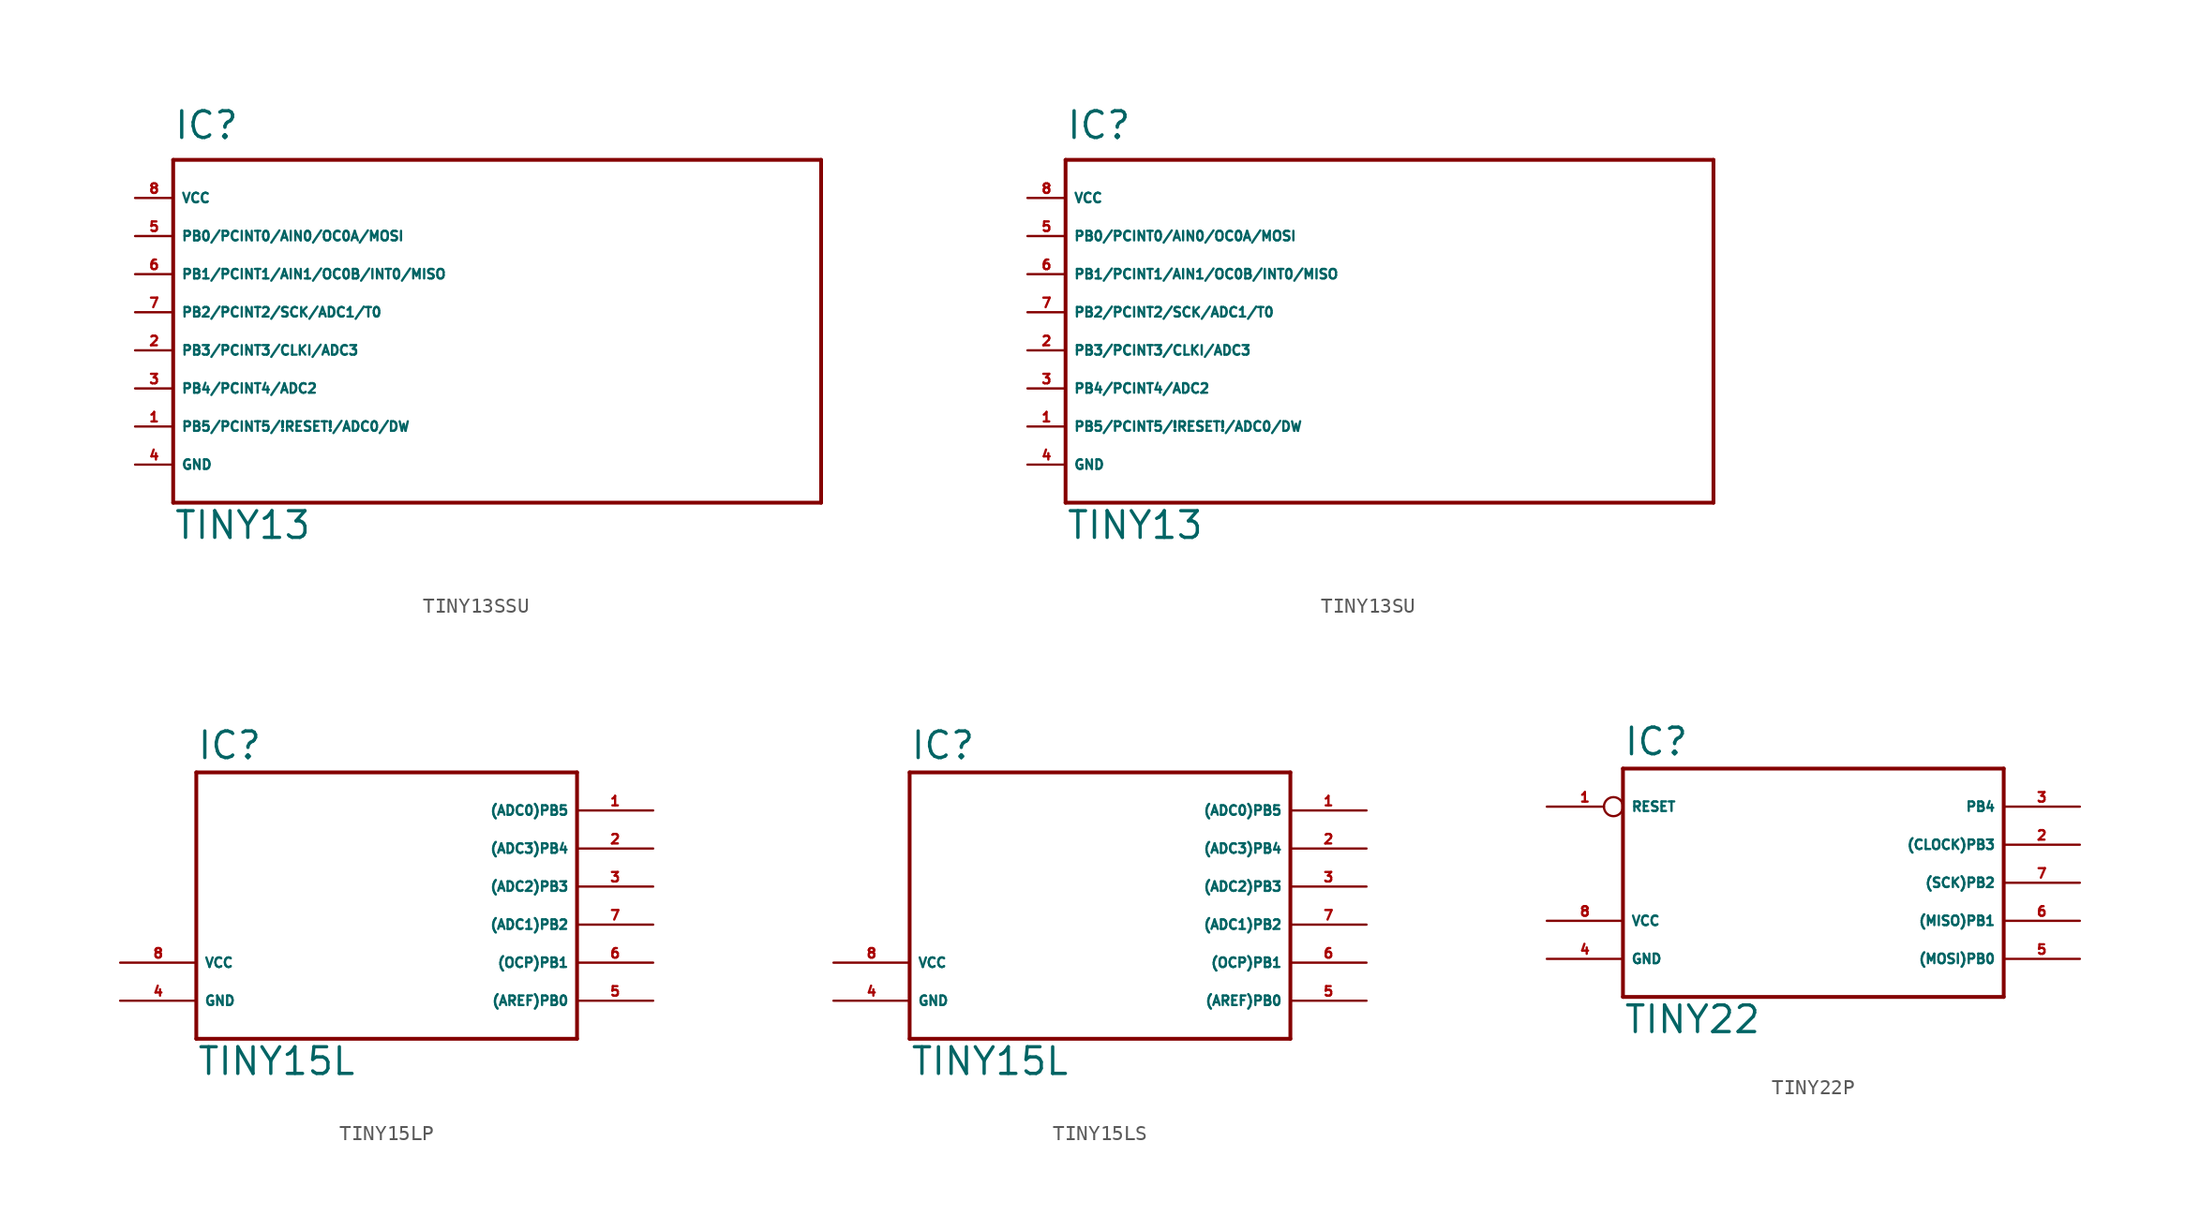
<source format=kicad_sym>
(kicad_symbol_lib
  (version 20220914)
  (generator Eagle2Kicad)
  (symbol "TINY13SSU"
    (property "Reference" "IC"
      (at -17.78 16.51 0)
      (effects (font (size 1.778 1.778) (thickness 0.22)) (justify left bottom)))
    (property "Value" "TINY13"
      (at -17.78 -10.16 0)
      (effects (font (size 1.778 1.778) (thickness 0.22)) (justify left bottom)))
    (polyline
      (pts (xy -17.78 15.24) (xy 25.4 15.24))
      (stroke (width 0.254) (type default))
      (fill (type none)))
    (polyline
      (pts (xy 25.4 15.24) (xy 25.4 -7.62))
      (stroke (width 0.254) (type default))
      (fill (type none)))
    (polyline
      (pts (xy 25.4 -7.62) (xy -17.78 -7.62))
      (stroke (width 0.254) (type default))
      (fill (type none)))
    (polyline
      (pts (xy -17.78 -7.62) (xy -17.78 15.24))
      (stroke (width 0.254) (type default))
      (fill (type none)))
    (pin bidirectional line
      (at -20.32 -2.54 0)
      (length 2.54)
      (name "PB5/PCINT5/!RESET!/ADC0/DW" (effects (font (size 0.635 0.635) (thickness 0.08)) (justify left bottom)))
      (number "1" (effects (font (size 0.635 0.635) (thickness 0.08)) (justify left bottom))))
    (pin bidirectional line
      (at -20.32 2.54 0)
      (length 2.54)
      (name "PB3/PCINT3/CLKI/ADC3" (effects (font (size 0.635 0.635) (thickness 0.08)) (justify left bottom)))
      (number "2" (effects (font (size 0.635 0.635) (thickness 0.08)) (justify left bottom))))
    (pin bidirectional line
      (at -20.32 0 0)
      (length 2.54)
      (name "PB4/PCINT4/ADC2" (effects (font (size 0.635 0.635) (thickness 0.08)) (justify left bottom)))
      (number "3" (effects (font (size 0.635 0.635) (thickness 0.08)) (justify left bottom))))
    (pin bidirectional line
      (at -20.32 10.16 0)
      (length 2.54)
      (name "PB0/PCINT0/AIN0/OC0A/MOSI" (effects (font (size 0.635 0.635) (thickness 0.08)) (justify left bottom)))
      (number "5" (effects (font (size 0.635 0.635) (thickness 0.08)) (justify left bottom))))
    (pin bidirectional line
      (at -20.32 7.62 0)
      (length 2.54)
      (name "PB1/PCINT1/AIN1/OC0B/INT0/MISO" (effects (font (size 0.635 0.635) (thickness 0.08)) (justify left bottom)))
      (number "6" (effects (font (size 0.635 0.635) (thickness 0.08)) (justify left bottom))))
    (pin bidirectional line
      (at -20.32 5.08 0)
      (length 2.54)
      (name "PB2/PCINT2/SCK/ADC1/T0" (effects (font (size 0.635 0.635) (thickness 0.08)) (justify left bottom)))
      (number "7" (effects (font (size 0.635 0.635) (thickness 0.08)) (justify left bottom))))
    (pin unspecified line
      (at -20.32 12.7 0)
      (length 2.54)
      (name "VCC" (effects (font (size 0.635 0.635) (thickness 0.08)) (justify left bottom)))
      (number "8" (effects (font (size 0.635 0.635) (thickness 0.08)) (justify left bottom))))
    (pin unspecified line
      (at -20.32 -5.08 0)
      (length 2.54)
      (name "GND" (effects (font (size 0.635 0.635) (thickness 0.08)) (justify left bottom)))
      (number "4" (effects (font (size 0.635 0.635) (thickness 0.08)) (justify left bottom)))))
  (symbol "TINY13SU"
    (property "Reference" "IC"
      (at -17.78 16.51 0)
      (effects (font (size 1.778 1.778) (thickness 0.22)) (justify left bottom)))
    (property "Value" "TINY13"
      (at -17.78 -10.16 0)
      (effects (font (size 1.778 1.778) (thickness 0.22)) (justify left bottom)))
    (polyline
      (pts (xy -17.78 15.24) (xy 25.4 15.24))
      (stroke (width 0.254) (type default))
      (fill (type none)))
    (polyline
      (pts (xy 25.4 15.24) (xy 25.4 -7.62))
      (stroke (width 0.254) (type default))
      (fill (type none)))
    (polyline
      (pts (xy 25.4 -7.62) (xy -17.78 -7.62))
      (stroke (width 0.254) (type default))
      (fill (type none)))
    (polyline
      (pts (xy -17.78 -7.62) (xy -17.78 15.24))
      (stroke (width 0.254) (type default))
      (fill (type none)))
    (pin bidirectional line
      (at -20.32 -2.54 0)
      (length 2.54)
      (name "PB5/PCINT5/!RESET!/ADC0/DW" (effects (font (size 0.635 0.635) (thickness 0.08)) (justify left bottom)))
      (number "1" (effects (font (size 0.635 0.635) (thickness 0.08)) (justify left bottom))))
    (pin bidirectional line
      (at -20.32 2.54 0)
      (length 2.54)
      (name "PB3/PCINT3/CLKI/ADC3" (effects (font (size 0.635 0.635) (thickness 0.08)) (justify left bottom)))
      (number "2" (effects (font (size 0.635 0.635) (thickness 0.08)) (justify left bottom))))
    (pin bidirectional line
      (at -20.32 0 0)
      (length 2.54)
      (name "PB4/PCINT4/ADC2" (effects (font (size 0.635 0.635) (thickness 0.08)) (justify left bottom)))
      (number "3" (effects (font (size 0.635 0.635) (thickness 0.08)) (justify left bottom))))
    (pin bidirectional line
      (at -20.32 10.16 0)
      (length 2.54)
      (name "PB0/PCINT0/AIN0/OC0A/MOSI" (effects (font (size 0.635 0.635) (thickness 0.08)) (justify left bottom)))
      (number "5" (effects (font (size 0.635 0.635) (thickness 0.08)) (justify left bottom))))
    (pin bidirectional line
      (at -20.32 7.62 0)
      (length 2.54)
      (name "PB1/PCINT1/AIN1/OC0B/INT0/MISO" (effects (font (size 0.635 0.635) (thickness 0.08)) (justify left bottom)))
      (number "6" (effects (font (size 0.635 0.635) (thickness 0.08)) (justify left bottom))))
    (pin bidirectional line
      (at -20.32 5.08 0)
      (length 2.54)
      (name "PB2/PCINT2/SCK/ADC1/T0" (effects (font (size 0.635 0.635) (thickness 0.08)) (justify left bottom)))
      (number "7" (effects (font (size 0.635 0.635) (thickness 0.08)) (justify left bottom))))
    (pin unspecified line
      (at -20.32 12.7 0)
      (length 2.54)
      (name "VCC" (effects (font (size 0.635 0.635) (thickness 0.08)) (justify left bottom)))
      (number "8" (effects (font (size 0.635 0.635) (thickness 0.08)) (justify left bottom))))
    (pin unspecified line
      (at -20.32 -5.08 0)
      (length 2.54)
      (name "GND" (effects (font (size 0.635 0.635) (thickness 0.08)) (justify left bottom)))
      (number "4" (effects (font (size 0.635 0.635) (thickness 0.08)) (justify left bottom)))))
  (symbol "TINY15LP"
    (property "Reference" "IC"
      (at -12.7 8.382 0)
      (effects (font (size 1.778 1.778) (thickness 0.22)) (justify left bottom)))
    (property "Value" "TINY15L"
      (at -12.7 -12.7 0)
      (effects (font (size 1.778 1.778) (thickness 0.22)) (justify left bottom)))
    (polyline
      (pts (xy 12.7 -10.16) (xy -12.7 -10.16))
      (stroke (width 0.254) (type default))
      (fill (type none)))
    (polyline
      (pts (xy -12.7 -10.16) (xy -12.7 7.62))
      (stroke (width 0.254) (type default))
      (fill (type none)))
    (polyline
      (pts (xy -12.7 7.62) (xy 12.7 7.62))
      (stroke (width 0.254) (type default))
      (fill (type none)))
    (polyline
      (pts (xy 12.7 7.62) (xy 12.7 -10.16))
      (stroke (width 0.254) (type default))
      (fill (type none)))
    (pin bidirectional line
      (at 17.78 2.54 180)
      (length 5.08)
      (name "(ADC3)PB4" (effects (font (size 0.635 0.635) (thickness 0.08)) (justify left bottom)))
      (number "2" (effects (font (size 0.635 0.635) (thickness 0.08)) (justify left bottom))))
    (pin bidirectional line
      (at 17.78 0 180)
      (length 5.08)
      (name "(ADC2)PB3" (effects (font (size 0.635 0.635) (thickness 0.08)) (justify left bottom)))
      (number "3" (effects (font (size 0.635 0.635) (thickness 0.08)) (justify left bottom))))
    (pin bidirectional line
      (at 17.78 5.08 180)
      (length 5.08)
      (name "(ADC0)PB5" (effects (font (size 0.635 0.635) (thickness 0.08)) (justify left bottom)))
      (number "1" (effects (font (size 0.635 0.635) (thickness 0.08)) (justify left bottom))))
    (pin bidirectional line
      (at 17.78 -2.54 180)
      (length 5.08)
      (name "(ADC1)PB2" (effects (font (size 0.635 0.635) (thickness 0.08)) (justify left bottom)))
      (number "7" (effects (font (size 0.635 0.635) (thickness 0.08)) (justify left bottom))))
    (pin bidirectional line
      (at 17.78 -5.08 180)
      (length 5.08)
      (name "(OCP)PB1" (effects (font (size 0.635 0.635) (thickness 0.08)) (justify left bottom)))
      (number "6" (effects (font (size 0.635 0.635) (thickness 0.08)) (justify left bottom))))
    (pin bidirectional line
      (at 17.78 -7.62 180)
      (length 5.08)
      (name "(AREF)PB0" (effects (font (size 0.635 0.635) (thickness 0.08)) (justify left bottom)))
      (number "5" (effects (font (size 0.635 0.635) (thickness 0.08)) (justify left bottom))))
    (pin unspecified line
      (at -17.78 -5.08 0)
      (length 5.08)
      (name "VCC" (effects (font (size 0.635 0.635) (thickness 0.08)) (justify left bottom)))
      (number "8" (effects (font (size 0.635 0.635) (thickness 0.08)) (justify left bottom))))
    (pin unspecified line
      (at -17.78 -7.62 0)
      (length 5.08)
      (name "GND" (effects (font (size 0.635 0.635) (thickness 0.08)) (justify left bottom)))
      (number "4" (effects (font (size 0.635 0.635) (thickness 0.08)) (justify left bottom)))))
  (symbol "TINY15LS"
    (property "Reference" "IC"
      (at -12.7 8.382 0)
      (effects (font (size 1.778 1.778) (thickness 0.22)) (justify left bottom)))
    (property "Value" "TINY15L"
      (at -12.7 -12.7 0)
      (effects (font (size 1.778 1.778) (thickness 0.22)) (justify left bottom)))
    (polyline
      (pts (xy 12.7 -10.16) (xy -12.7 -10.16))
      (stroke (width 0.254) (type default))
      (fill (type none)))
    (polyline
      (pts (xy -12.7 -10.16) (xy -12.7 7.62))
      (stroke (width 0.254) (type default))
      (fill (type none)))
    (polyline
      (pts (xy -12.7 7.62) (xy 12.7 7.62))
      (stroke (width 0.254) (type default))
      (fill (type none)))
    (polyline
      (pts (xy 12.7 7.62) (xy 12.7 -10.16))
      (stroke (width 0.254) (type default))
      (fill (type none)))
    (pin bidirectional line
      (at 17.78 2.54 180)
      (length 5.08)
      (name "(ADC3)PB4" (effects (font (size 0.635 0.635) (thickness 0.08)) (justify left bottom)))
      (number "2" (effects (font (size 0.635 0.635) (thickness 0.08)) (justify left bottom))))
    (pin bidirectional line
      (at 17.78 0 180)
      (length 5.08)
      (name "(ADC2)PB3" (effects (font (size 0.635 0.635) (thickness 0.08)) (justify left bottom)))
      (number "3" (effects (font (size 0.635 0.635) (thickness 0.08)) (justify left bottom))))
    (pin bidirectional line
      (at 17.78 5.08 180)
      (length 5.08)
      (name "(ADC0)PB5" (effects (font (size 0.635 0.635) (thickness 0.08)) (justify left bottom)))
      (number "1" (effects (font (size 0.635 0.635) (thickness 0.08)) (justify left bottom))))
    (pin bidirectional line
      (at 17.78 -2.54 180)
      (length 5.08)
      (name "(ADC1)PB2" (effects (font (size 0.635 0.635) (thickness 0.08)) (justify left bottom)))
      (number "7" (effects (font (size 0.635 0.635) (thickness 0.08)) (justify left bottom))))
    (pin bidirectional line
      (at 17.78 -5.08 180)
      (length 5.08)
      (name "(OCP)PB1" (effects (font (size 0.635 0.635) (thickness 0.08)) (justify left bottom)))
      (number "6" (effects (font (size 0.635 0.635) (thickness 0.08)) (justify left bottom))))
    (pin bidirectional line
      (at 17.78 -7.62 180)
      (length 5.08)
      (name "(AREF)PB0" (effects (font (size 0.635 0.635) (thickness 0.08)) (justify left bottom)))
      (number "5" (effects (font (size 0.635 0.635) (thickness 0.08)) (justify left bottom))))
    (pin unspecified line
      (at -17.78 -5.08 0)
      (length 5.08)
      (name "VCC" (effects (font (size 0.635 0.635) (thickness 0.08)) (justify left bottom)))
      (number "8" (effects (font (size 0.635 0.635) (thickness 0.08)) (justify left bottom))))
    (pin unspecified line
      (at -17.78 -7.62 0)
      (length 5.08)
      (name "GND" (effects (font (size 0.635 0.635) (thickness 0.08)) (justify left bottom)))
      (number "4" (effects (font (size 0.635 0.635) (thickness 0.08)) (justify left bottom)))))
  (symbol "TINY22P"
    (property "Reference" "IC"
      (at -12.7 8.382 0)
      (effects (font (size 1.778 1.778) (thickness 0.22)) (justify left bottom)))
    (property "Value" "TINY22"
      (at -12.7 -10.16 0)
      (effects (font (size 1.778 1.778) (thickness 0.22)) (justify left bottom)))
    (polyline
      (pts (xy -12.7 -7.62) (xy 12.7 -7.62))
      (stroke (width 0.254) (type default))
      (fill (type none)))
    (polyline
      (pts (xy 12.7 -7.62) (xy 12.7 7.62))
      (stroke (width 0.254) (type default))
      (fill (type none)))
    (polyline
      (pts (xy 12.7 7.62) (xy -12.7 7.62))
      (stroke (width 0.254) (type default))
      (fill (type none)))
    (polyline
      (pts (xy -12.7 7.62) (xy -12.7 -7.62))
      (stroke (width 0.254) (type default))
      (fill (type none)))
    (pin unspecified line
      (at -17.78 -5.08 0)
      (length 5.08)
      (name "GND" (effects (font (size 0.635 0.635) (thickness 0.08)) (justify left bottom)))
      (number "4" (effects (font (size 0.635 0.635) (thickness 0.08)) (justify left bottom))))
    (pin unspecified line
      (at -17.78 -2.54 0)
      (length 5.08)
      (name "VCC" (effects (font (size 0.635 0.635) (thickness 0.08)) (justify left bottom)))
      (number "8" (effects (font (size 0.635 0.635) (thickness 0.08)) (justify left bottom))))
    (pin input inverted
      (at -17.78 5.08 0)
      (length 5.08)
      (name "RESET" (effects (font (size 0.635 0.635) (thickness 0.08)) (justify left bottom)))
      (number "1" (effects (font (size 0.635 0.635) (thickness 0.08)) (justify left bottom))))
    (pin bidirectional line
      (at 17.78 5.08 180)
      (length 5.08)
      (name "PB4" (effects (font (size 0.635 0.635) (thickness 0.08)) (justify left bottom)))
      (number "3" (effects (font (size 0.635 0.635) (thickness 0.08)) (justify left bottom))))
    (pin bidirectional line
      (at 17.78 2.54 180)
      (length 5.08)
      (name "(CLOCK)PB3" (effects (font (size 0.635 0.635) (thickness 0.08)) (justify left bottom)))
      (number "2" (effects (font (size 0.635 0.635) (thickness 0.08)) (justify left bottom))))
    (pin bidirectional line
      (at 17.78 0 180)
      (length 5.08)
      (name "(SCK)PB2" (effects (font (size 0.635 0.635) (thickness 0.08)) (justify left bottom)))
      (number "7" (effects (font (size 0.635 0.635) (thickness 0.08)) (justify left bottom))))
    (pin bidirectional line
      (at 17.78 -2.54 180)
      (length 5.08)
      (name "(MISO)PB1" (effects (font (size 0.635 0.635) (thickness 0.08)) (justify left bottom)))
      (number "6" (effects (font (size 0.635 0.635) (thickness 0.08)) (justify left bottom))))
    (pin bidirectional line
      (at 17.78 -5.08 180)
      (length 5.08)
      (name "(MOSI)PB0" (effects (font (size 0.635 0.635) (thickness 0.08)) (justify left bottom)))
      (number "5" (effects (font (size 0.635 0.635) (thickness 0.08)) (justify left bottom))))))
</source>
